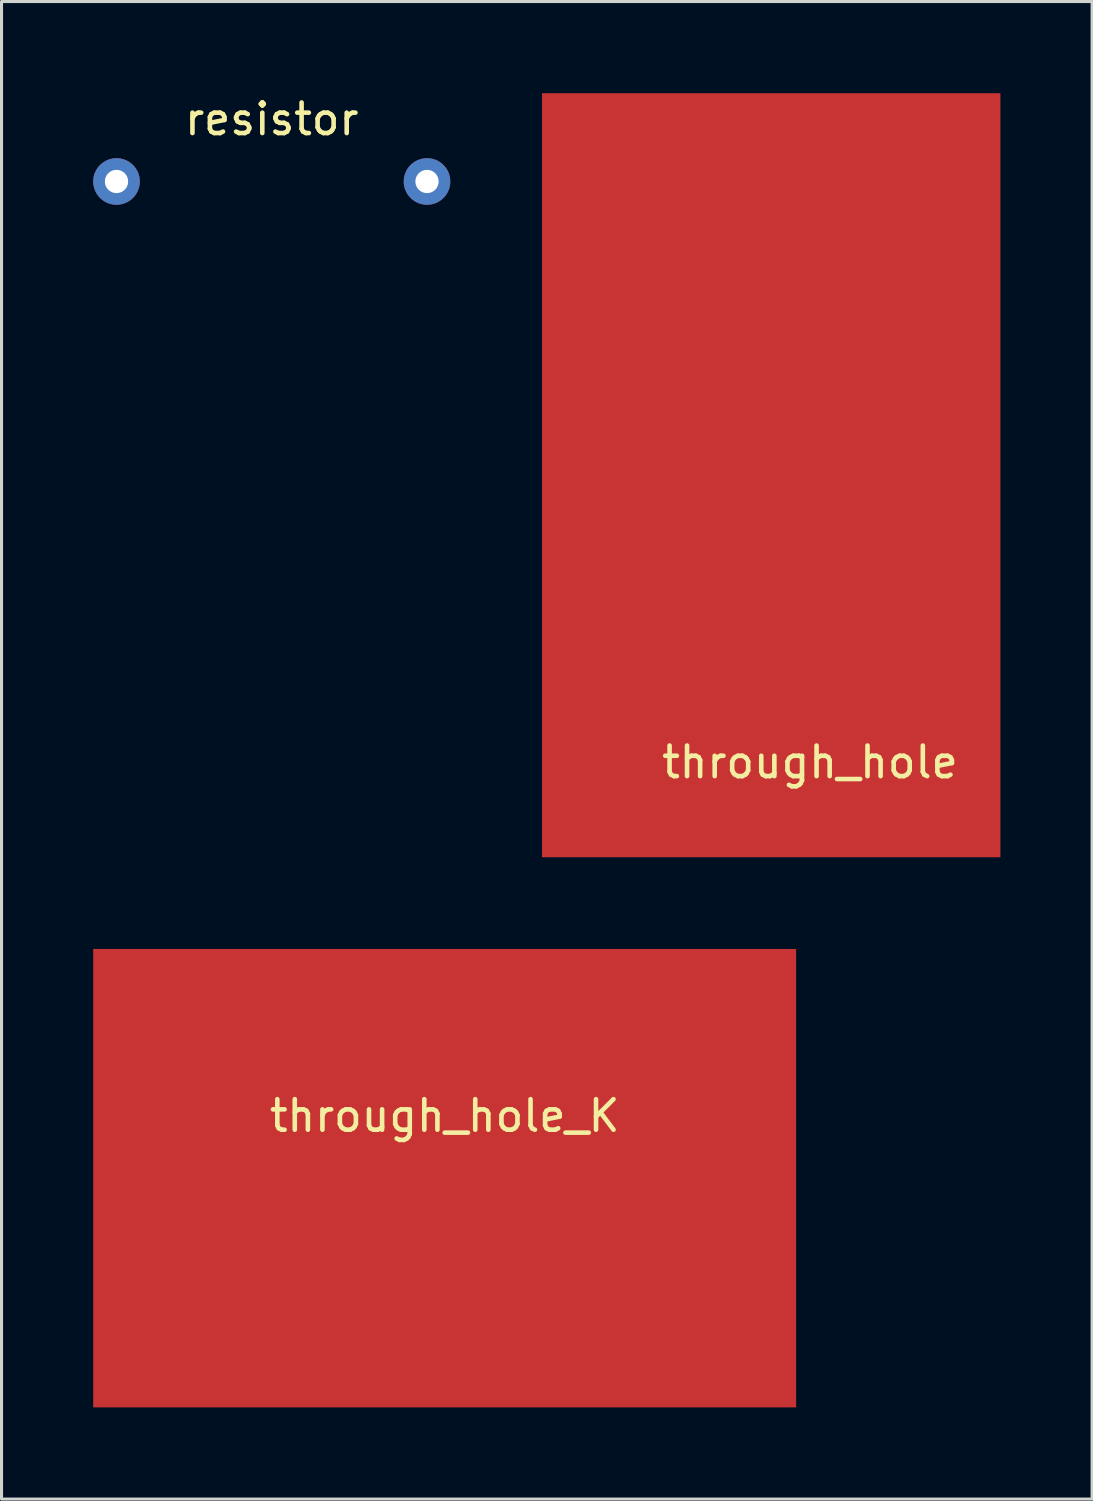
<source format=kicad_pcb>
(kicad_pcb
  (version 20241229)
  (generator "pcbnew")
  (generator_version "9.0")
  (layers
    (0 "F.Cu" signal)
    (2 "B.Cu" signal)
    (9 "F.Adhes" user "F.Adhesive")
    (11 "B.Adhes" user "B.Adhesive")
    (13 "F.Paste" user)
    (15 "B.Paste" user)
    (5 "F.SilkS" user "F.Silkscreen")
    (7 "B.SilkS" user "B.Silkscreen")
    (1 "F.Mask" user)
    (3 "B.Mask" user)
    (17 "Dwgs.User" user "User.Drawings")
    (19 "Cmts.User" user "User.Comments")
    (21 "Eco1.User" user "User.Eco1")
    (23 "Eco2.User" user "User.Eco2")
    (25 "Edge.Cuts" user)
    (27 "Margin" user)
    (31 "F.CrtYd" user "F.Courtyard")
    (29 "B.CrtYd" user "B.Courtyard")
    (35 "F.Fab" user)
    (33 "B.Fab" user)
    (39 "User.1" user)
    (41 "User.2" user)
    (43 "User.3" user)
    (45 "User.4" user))
  (footprint "resistor"
    (layer "F.Cu")
    (at 5.842 0.348)
    (property "Reference" "resistor" (at 0 0.5 0) (layer "F.SilkS") (effects (font (size 1 1) (thickness 0.15))))
    (attr through_hole)
    (pad "3" thru_hole circle (at -5.08 2.54) (size 1.524 1.524) (drill 0.762) (layers "*.Cu" "*.Mask"))
    (pad "4" thru_hole circle (at 5.08 2.54) (size 1.524 1.524) (drill 0.762) (layers "*.Cu" "*.Mask")))
  (footprint "through_hole"
    (layer "F.Cu")
    (at 22.184 12.5)
    (property "Reference" "through_hole" (at 1.27 9.39 0) (layer "F.SilkS") (effects (font (size 1 1) (thickness 0.15))))
    (attr through_hole)
    (pad "1" smd rect (at 0 0) (size 15 25) (layers "F.Cu" "F.Mask" "F.Paste")))
  (footprint "through_hole_K"
    (layer "F.Cu")
    (at 11.5 32.96)
    (property "Reference" "through_hole_K" (at 0 0.5 0) (layer "F.SilkS") (effects (font (size 1 1) (thickness 0.15))))
    (attr through_hole)
    (pad "1" smd rect (at 0 2.54) (size 23 15) (layers "F.Cu" "F.Mask" "F.Paste")))
  (gr_rect
    (start -3 -3)
    (end 32.684 46)
    (stroke (width 0.1) (type default))
    (fill no)
    (layer "Edge.Cuts")))
</source>
